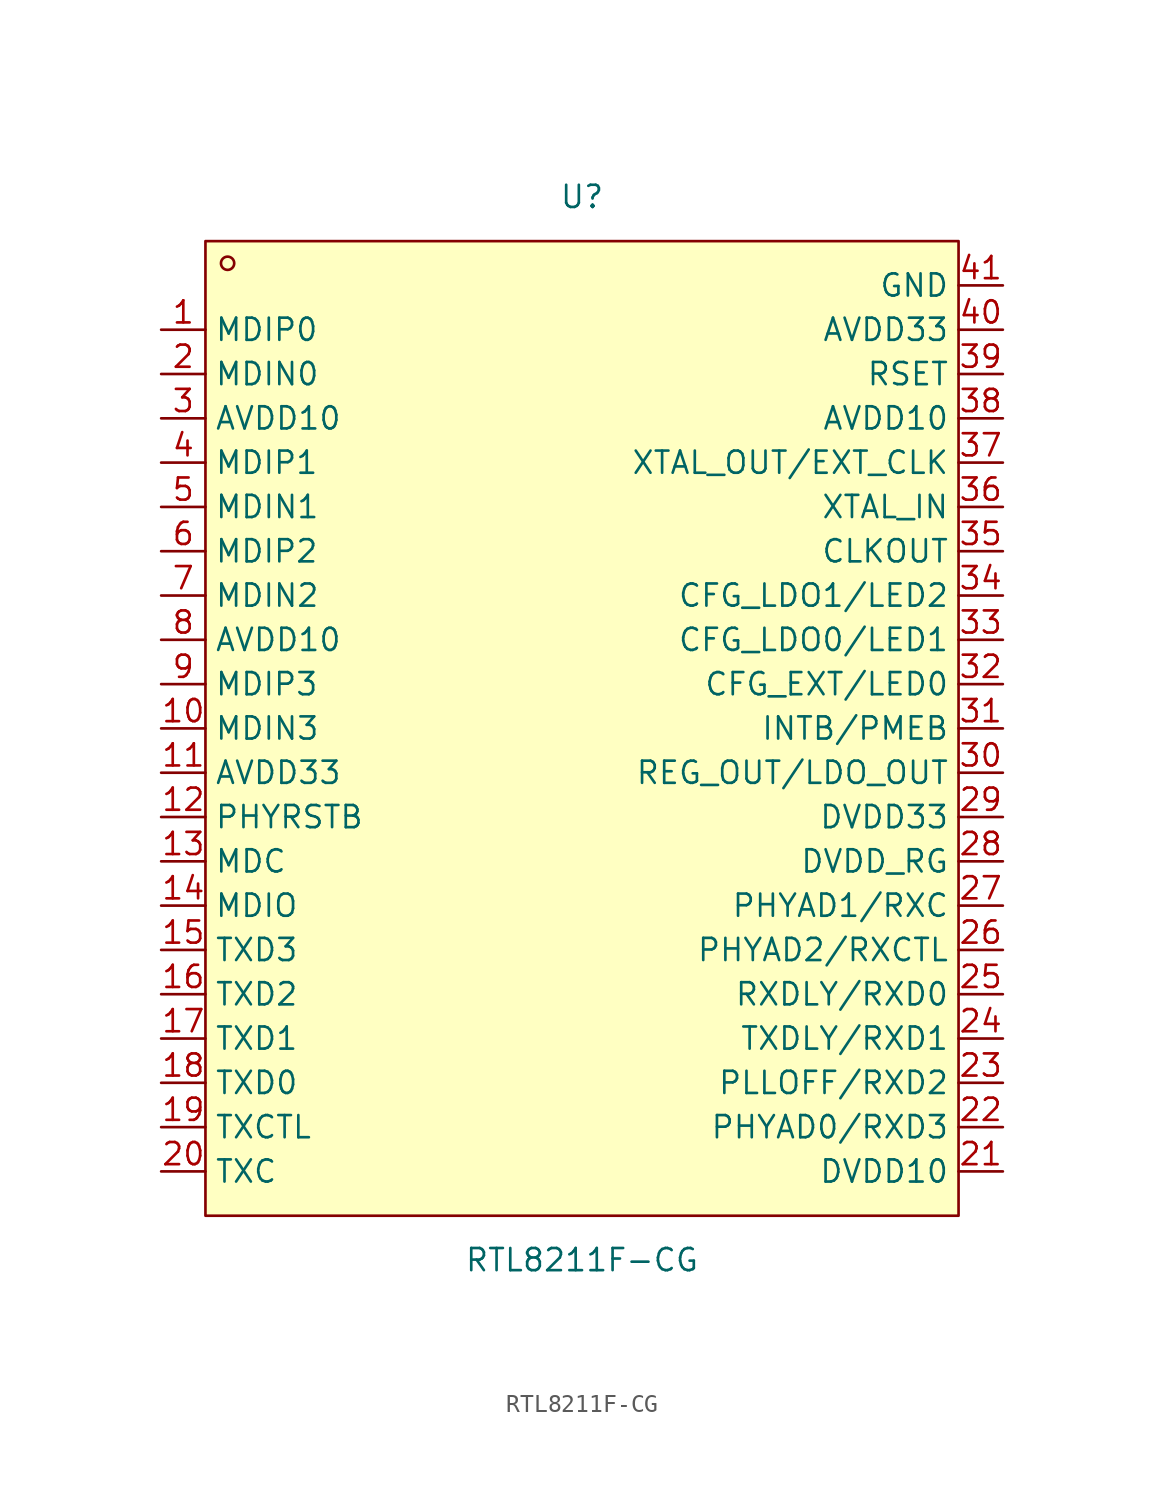
<source format=kicad_sym>
(kicad_symbol_lib
  (version 20211014)
  (generator https://github.com/uPesy/easyeda2kicad.py)
  (symbol "RTL8211F-CG"
    (property "Reference" "U"
      (at 0 30.48 0)
      (effects (font (size 1.27 1.27))))
    (property "Value" "RTL8211F-CG"
      (at 0 -30.48 0)
      (effects (font (size 1.27 1.27))))
    (symbol "RTL8211F-CG_0_1"
      (rectangle (start -21.59 27.94) (end 21.59 -27.94) (stroke (width 0) (type default) (color 0 0 0 0)) (fill (type background)))
      (circle (center -20.32 26.67) (radius 0.38) (stroke (width 0) (type default) (color 0 0 0 0)) (fill (type none)))
      (pin unspecified line (at -24.13 22.86 0) (length 2.54) (name "MDIP0" (effects (font (size 1.27 1.27)))) (number "1" (effects (font (size 1.27 1.27)))))
      (pin unspecified line (at -24.13 20.32 0) (length 2.54) (name "MDIN0" (effects (font (size 1.27 1.27)))) (number "2" (effects (font (size 1.27 1.27)))))
      (pin unspecified line (at -24.13 17.78 0) (length 2.54) (name "AVDD10" (effects (font (size 1.27 1.27)))) (number "3" (effects (font (size 1.27 1.27)))))
      (pin unspecified line (at -24.13 15.24 0) (length 2.54) (name "MDIP1" (effects (font (size 1.27 1.27)))) (number "4" (effects (font (size 1.27 1.27)))))
      (pin unspecified line (at -24.13 12.70 0) (length 2.54) (name "MDIN1" (effects (font (size 1.27 1.27)))) (number "5" (effects (font (size 1.27 1.27)))))
      (pin unspecified line (at -24.13 10.16 0) (length 2.54) (name "MDIP2" (effects (font (size 1.27 1.27)))) (number "6" (effects (font (size 1.27 1.27)))))
      (pin unspecified line (at -24.13 7.62 0) (length 2.54) (name "MDIN2" (effects (font (size 1.27 1.27)))) (number "7" (effects (font (size 1.27 1.27)))))
      (pin unspecified line (at -24.13 5.08 0) (length 2.54) (name "AVDD10" (effects (font (size 1.27 1.27)))) (number "8" (effects (font (size 1.27 1.27)))))
      (pin unspecified line (at -24.13 2.54 0) (length 2.54) (name "MDIP3" (effects (font (size 1.27 1.27)))) (number "9" (effects (font (size 1.27 1.27)))))
      (pin unspecified line (at -24.13 -0.00 0) (length 2.54) (name "MDIN3" (effects (font (size 1.27 1.27)))) (number "10" (effects (font (size 1.27 1.27)))))
      (pin unspecified line (at -24.13 -2.54 0) (length 2.54) (name "AVDD33" (effects (font (size 1.27 1.27)))) (number "11" (effects (font (size 1.27 1.27)))))
      (pin unspecified line (at -24.13 -5.08 0) (length 2.54) (name "PHYRSTB" (effects (font (size 1.27 1.27)))) (number "12" (effects (font (size 1.27 1.27)))))
      (pin unspecified line (at -24.13 -7.62 0) (length 2.54) (name "MDC" (effects (font (size 1.27 1.27)))) (number "13" (effects (font (size 1.27 1.27)))))
      (pin unspecified line (at -24.13 -10.16 0) (length 2.54) (name "MDIO" (effects (font (size 1.27 1.27)))) (number "14" (effects (font (size 1.27 1.27)))))
      (pin unspecified line (at -24.13 -12.70 0) (length 2.54) (name "TXD3" (effects (font (size 1.27 1.27)))) (number "15" (effects (font (size 1.27 1.27)))))
      (pin unspecified line (at -24.13 -15.24 0) (length 2.54) (name "TXD2" (effects (font (size 1.27 1.27)))) (number "16" (effects (font (size 1.27 1.27)))))
      (pin unspecified line (at -24.13 -17.78 0) (length 2.54) (name "TXD1" (effects (font (size 1.27 1.27)))) (number "17" (effects (font (size 1.27 1.27)))))
      (pin unspecified line (at -24.13 -20.32 0) (length 2.54) (name "TXD0" (effects (font (size 1.27 1.27)))) (number "18" (effects (font (size 1.27 1.27)))))
      (pin unspecified line (at -24.13 -22.86 0) (length 2.54) (name "TXCTL" (effects (font (size 1.27 1.27)))) (number "19" (effects (font (size 1.27 1.27)))))
      (pin unspecified line (at -24.13 -25.40 0) (length 2.54) (name "TXC" (effects (font (size 1.27 1.27)))) (number "20" (effects (font (size 1.27 1.27)))))
      (pin unspecified line (at 24.13 -25.40 180) (length 2.54) (name "DVDD10" (effects (font (size 1.27 1.27)))) (number "21" (effects (font (size 1.27 1.27)))))
      (pin unspecified line (at 24.13 -22.86 180) (length 2.54) (name "PHYAD0/RXD3" (effects (font (size 1.27 1.27)))) (number "22" (effects (font (size 1.27 1.27)))))
      (pin unspecified line (at 24.13 -20.32 180) (length 2.54) (name "PLLOFF/RXD2" (effects (font (size 1.27 1.27)))) (number "23" (effects (font (size 1.27 1.27)))))
      (pin unspecified line (at 24.13 -17.78 180) (length 2.54) (name "TXDLY/RXD1" (effects (font (size 1.27 1.27)))) (number "24" (effects (font (size 1.27 1.27)))))
      (pin unspecified line (at 24.13 -15.24 180) (length 2.54) (name "RXDLY/RXD0" (effects (font (size 1.27 1.27)))) (number "25" (effects (font (size 1.27 1.27)))))
      (pin unspecified line (at 24.13 -12.70 180) (length 2.54) (name "PHYAD2/RXCTL" (effects (font (size 1.27 1.27)))) (number "26" (effects (font (size 1.27 1.27)))))
      (pin unspecified line (at 24.13 -10.16 180) (length 2.54) (name "PHYAD1/RXC" (effects (font (size 1.27 1.27)))) (number "27" (effects (font (size 1.27 1.27)))))
      (pin unspecified line (at 24.13 -7.62 180) (length 2.54) (name "DVDD_RG" (effects (font (size 1.27 1.27)))) (number "28" (effects (font (size 1.27 1.27)))))
      (pin unspecified line (at 24.13 -5.08 180) (length 2.54) (name "DVDD33" (effects (font (size 1.27 1.27)))) (number "29" (effects (font (size 1.27 1.27)))))
      (pin unspecified line (at 24.13 -2.54 180) (length 2.54) (name "REG_OUT/LDO_OUT" (effects (font (size 1.27 1.27)))) (number "30" (effects (font (size 1.27 1.27)))))
      (pin unspecified line (at 24.13 -0.00 180) (length 2.54) (name "INTB/PMEB" (effects (font (size 1.27 1.27)))) (number "31" (effects (font (size 1.27 1.27)))))
      (pin unspecified line (at 24.13 2.54 180) (length 2.54) (name "CFG_EXT/LED0" (effects (font (size 1.27 1.27)))) (number "32" (effects (font (size 1.27 1.27)))))
      (pin unspecified line (at 24.13 5.08 180) (length 2.54) (name "CFG_LDO0/LED1" (effects (font (size 1.27 1.27)))) (number "33" (effects (font (size 1.27 1.27)))))
      (pin unspecified line (at 24.13 7.62 180) (length 2.54) (name "CFG_LDO1/LED2" (effects (font (size 1.27 1.27)))) (number "34" (effects (font (size 1.27 1.27)))))
      (pin unspecified line (at 24.13 10.16 180) (length 2.54) (name "CLKOUT" (effects (font (size 1.27 1.27)))) (number "35" (effects (font (size 1.27 1.27)))))
      (pin unspecified line (at 24.13 12.70 180) (length 2.54) (name "XTAL_IN" (effects (font (size 1.27 1.27)))) (number "36" (effects (font (size 1.27 1.27)))))
      (pin unspecified line (at 24.13 15.24 180) (length 2.54) (name "XTAL_OUT/EXT_CLK" (effects (font (size 1.27 1.27)))) (number "37" (effects (font (size 1.27 1.27)))))
      (pin unspecified line (at 24.13 17.78 180) (length 2.54) (name "AVDD10" (effects (font (size 1.27 1.27)))) (number "38" (effects (font (size 1.27 1.27)))))
      (pin unspecified line (at 24.13 20.32 180) (length 2.54) (name "RSET" (effects (font (size 1.27 1.27)))) (number "39" (effects (font (size 1.27 1.27)))))
      (pin unspecified line (at 24.13 22.86 180) (length 2.54) (name "AVDD33" (effects (font (size 1.27 1.27)))) (number "40" (effects (font (size 1.27 1.27)))))
      (pin unspecified line (at 24.13 25.40 180) (length 2.54) (name "GND" (effects (font (size 1.27 1.27)))) (number "41" (effects (font (size 1.27 1.27))))))))
</source>
